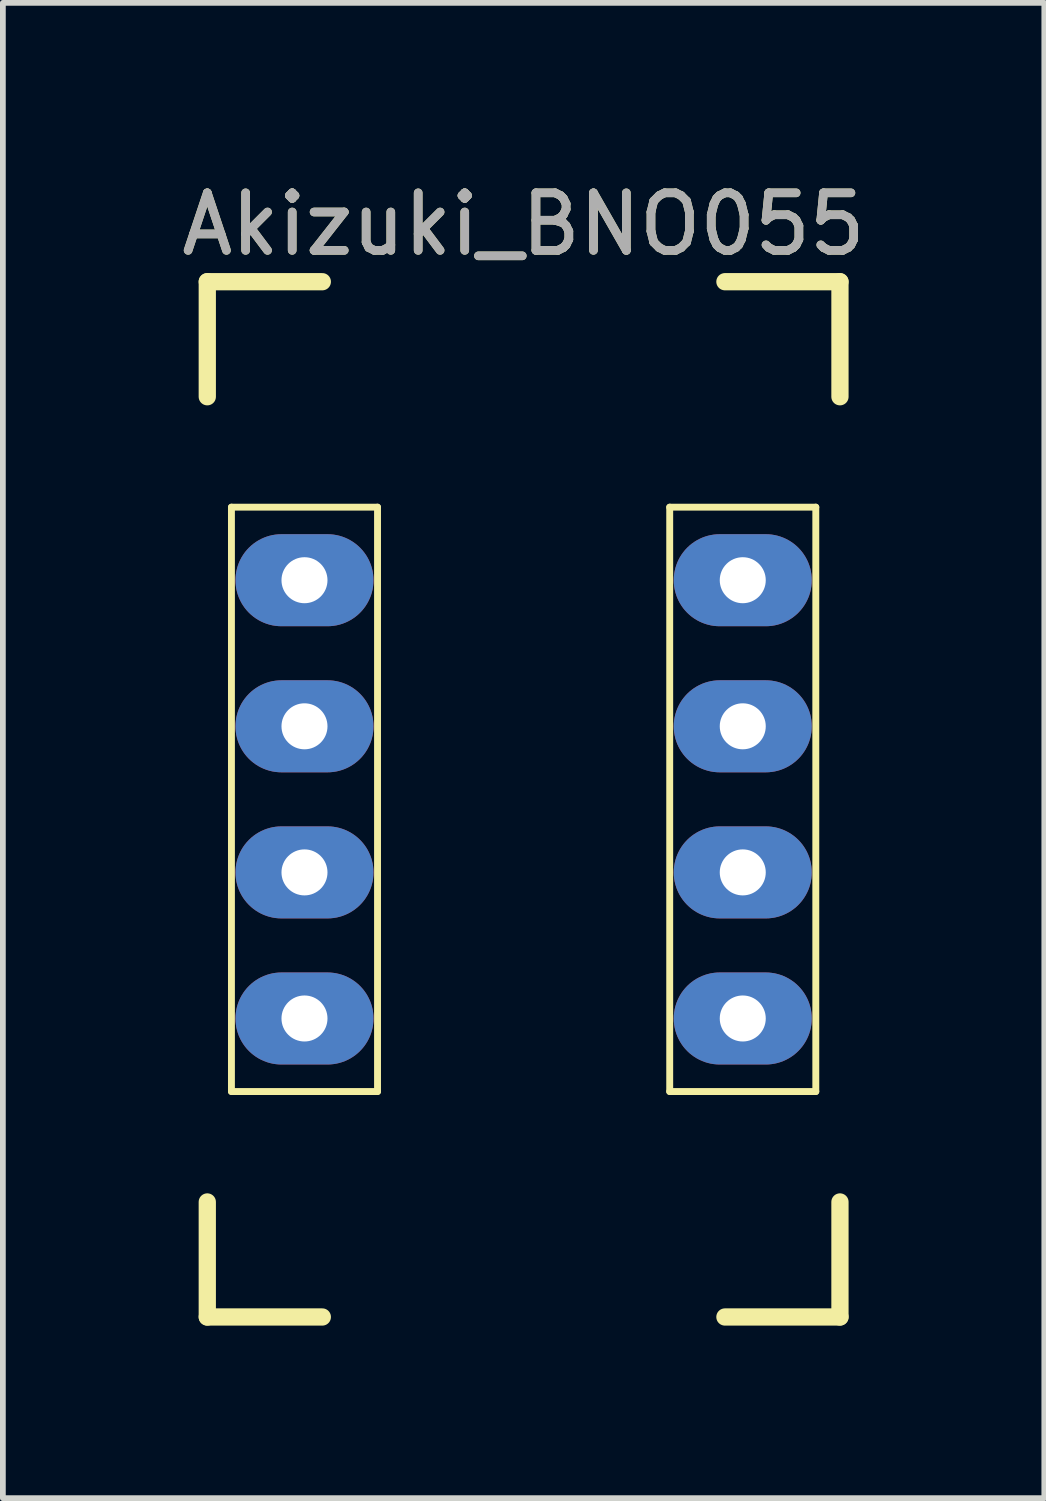
<source format=kicad_pcb>
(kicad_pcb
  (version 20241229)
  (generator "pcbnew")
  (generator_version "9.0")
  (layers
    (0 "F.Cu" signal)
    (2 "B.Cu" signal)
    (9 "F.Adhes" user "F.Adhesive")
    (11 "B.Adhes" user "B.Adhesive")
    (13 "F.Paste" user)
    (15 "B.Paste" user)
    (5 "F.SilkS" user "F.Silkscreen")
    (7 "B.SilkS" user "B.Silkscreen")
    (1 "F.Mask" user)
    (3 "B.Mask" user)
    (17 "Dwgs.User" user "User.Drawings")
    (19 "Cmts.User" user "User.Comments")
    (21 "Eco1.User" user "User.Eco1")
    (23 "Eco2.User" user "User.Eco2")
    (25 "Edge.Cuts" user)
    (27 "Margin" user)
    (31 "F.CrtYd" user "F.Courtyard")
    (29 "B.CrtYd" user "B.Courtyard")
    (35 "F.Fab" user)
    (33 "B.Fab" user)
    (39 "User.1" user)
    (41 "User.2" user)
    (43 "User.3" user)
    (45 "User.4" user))
  (footprint "Akizuki_BNO055"
    (layer "F.Cu")
    (at 6.054 10.848)
    (property "Reference" "Akizuki_BNO055" (at 0 -10 0) (layer "F.SilkS") (effects (font (size 1 1) (thickness 0.15))))
    (attr through_hole)
    (fp_line (start -5.5 -9) (end -5.5 -7) (stroke (width 0.3) (type solid)) (layer "F.SilkS"))
    (fp_line (start -5.5 -9) (end -3.5 -9) (stroke (width 0.3) (type solid)) (layer "F.SilkS"))
    (fp_line (start -5.5 7) (end -5.5 9) (stroke (width 0.3) (type solid)) (layer "F.SilkS"))
    (fp_line (start -5.08 -5.08) (end -2.54 -5.08) (stroke (width 0.12) (type solid)) (layer "F.SilkS"))
    (fp_line (start -5.08 5.08) (end -5.08 -5.08) (stroke (width 0.12) (type solid)) (layer "F.SilkS"))
    (fp_line (start -5.08 5.08) (end -2.54 5.08) (stroke (width 0.12) (type solid)) (layer "F.SilkS"))
    (fp_line (start -3.5 9) (end -5.5 9) (stroke (width 0.3) (type solid)) (layer "F.SilkS"))
    (fp_line (start -2.54 -5.08) (end -2.54 5.08) (stroke (width 0.12) (type solid)) (layer "F.SilkS"))
    (fp_line (start 2.54 -5.08) (end 2.54 5.08) (stroke (width 0.12) (type solid)) (layer "F.SilkS"))
    (fp_line (start 2.54 5.08) (end 5.08 5.08) (stroke (width 0.12) (type solid)) (layer "F.SilkS"))
    (fp_line (start 5.08 -5.08) (end 2.54 -5.08) (stroke (width 0.12) (type solid)) (layer "F.SilkS"))
    (fp_line (start 5.08 5.08) (end 5.08 -5.08) (stroke (width 0.12) (type solid)) (layer "F.SilkS"))
    (fp_line (start 5.5 -9) (end 3.5 -9) (stroke (width 0.3) (type solid)) (layer "F.SilkS"))
    (fp_line (start 5.5 -9) (end 5.5 -7) (stroke (width 0.3) (type solid)) (layer "F.SilkS"))
    (fp_line (start 5.5 7) (end 5.5 9) (stroke (width 0.3) (type solid)) (layer "F.SilkS"))
    (fp_line (start 5.5 9) (end 3.5 9) (stroke (width 0.3) (type solid)) (layer "F.SilkS"))
    (fp_text user "${REFERENCE}" (at 0 -10 0) (layer "F.Fab") (effects (font (size 1 1) (thickness 0.15))))
    (pad "1" thru_hole oval (at -3.81 -3.81) (size 2.4 1.6) (drill 0.8) (layers "*.Cu" "*.Mask"))
    (pad "2" thru_hole oval (at -3.81 -1.27) (size 2.4 1.6) (drill 0.8) (layers "*.Cu" "*.Mask"))
    (pad "3" thru_hole oval (at -3.81 1.27) (size 2.4 1.6) (drill 0.8) (layers "*.Cu" "*.Mask"))
    (pad "4" thru_hole oval (at -3.81 3.81) (size 2.4 1.6) (drill 0.8) (layers "*.Cu" "*.Mask"))
    (pad "5" thru_hole oval (at 3.81 3.81) (size 2.4 1.6) (drill 0.8) (layers "*.Cu" "*.Mask"))
    (pad "6" thru_hole oval (at 3.81 1.27) (size 2.4 1.6) (drill 0.8) (layers "*.Cu" "*.Mask"))
    (pad "7" thru_hole oval (at 3.81 -1.27) (size 2.4 1.6) (drill 0.8) (layers "*.Cu" "*.Mask"))
    (pad "8" thru_hole oval (at 3.81 -3.81) (size 2.4 1.6) (drill 0.8) (layers "*.Cu" "*.Mask")))
  (gr_rect
    (start -3 -3)
    (end 15.107 22.998)
    (stroke (width 0.1) (type default))
    (fill no)
    (layer "Edge.Cuts")))
</source>
